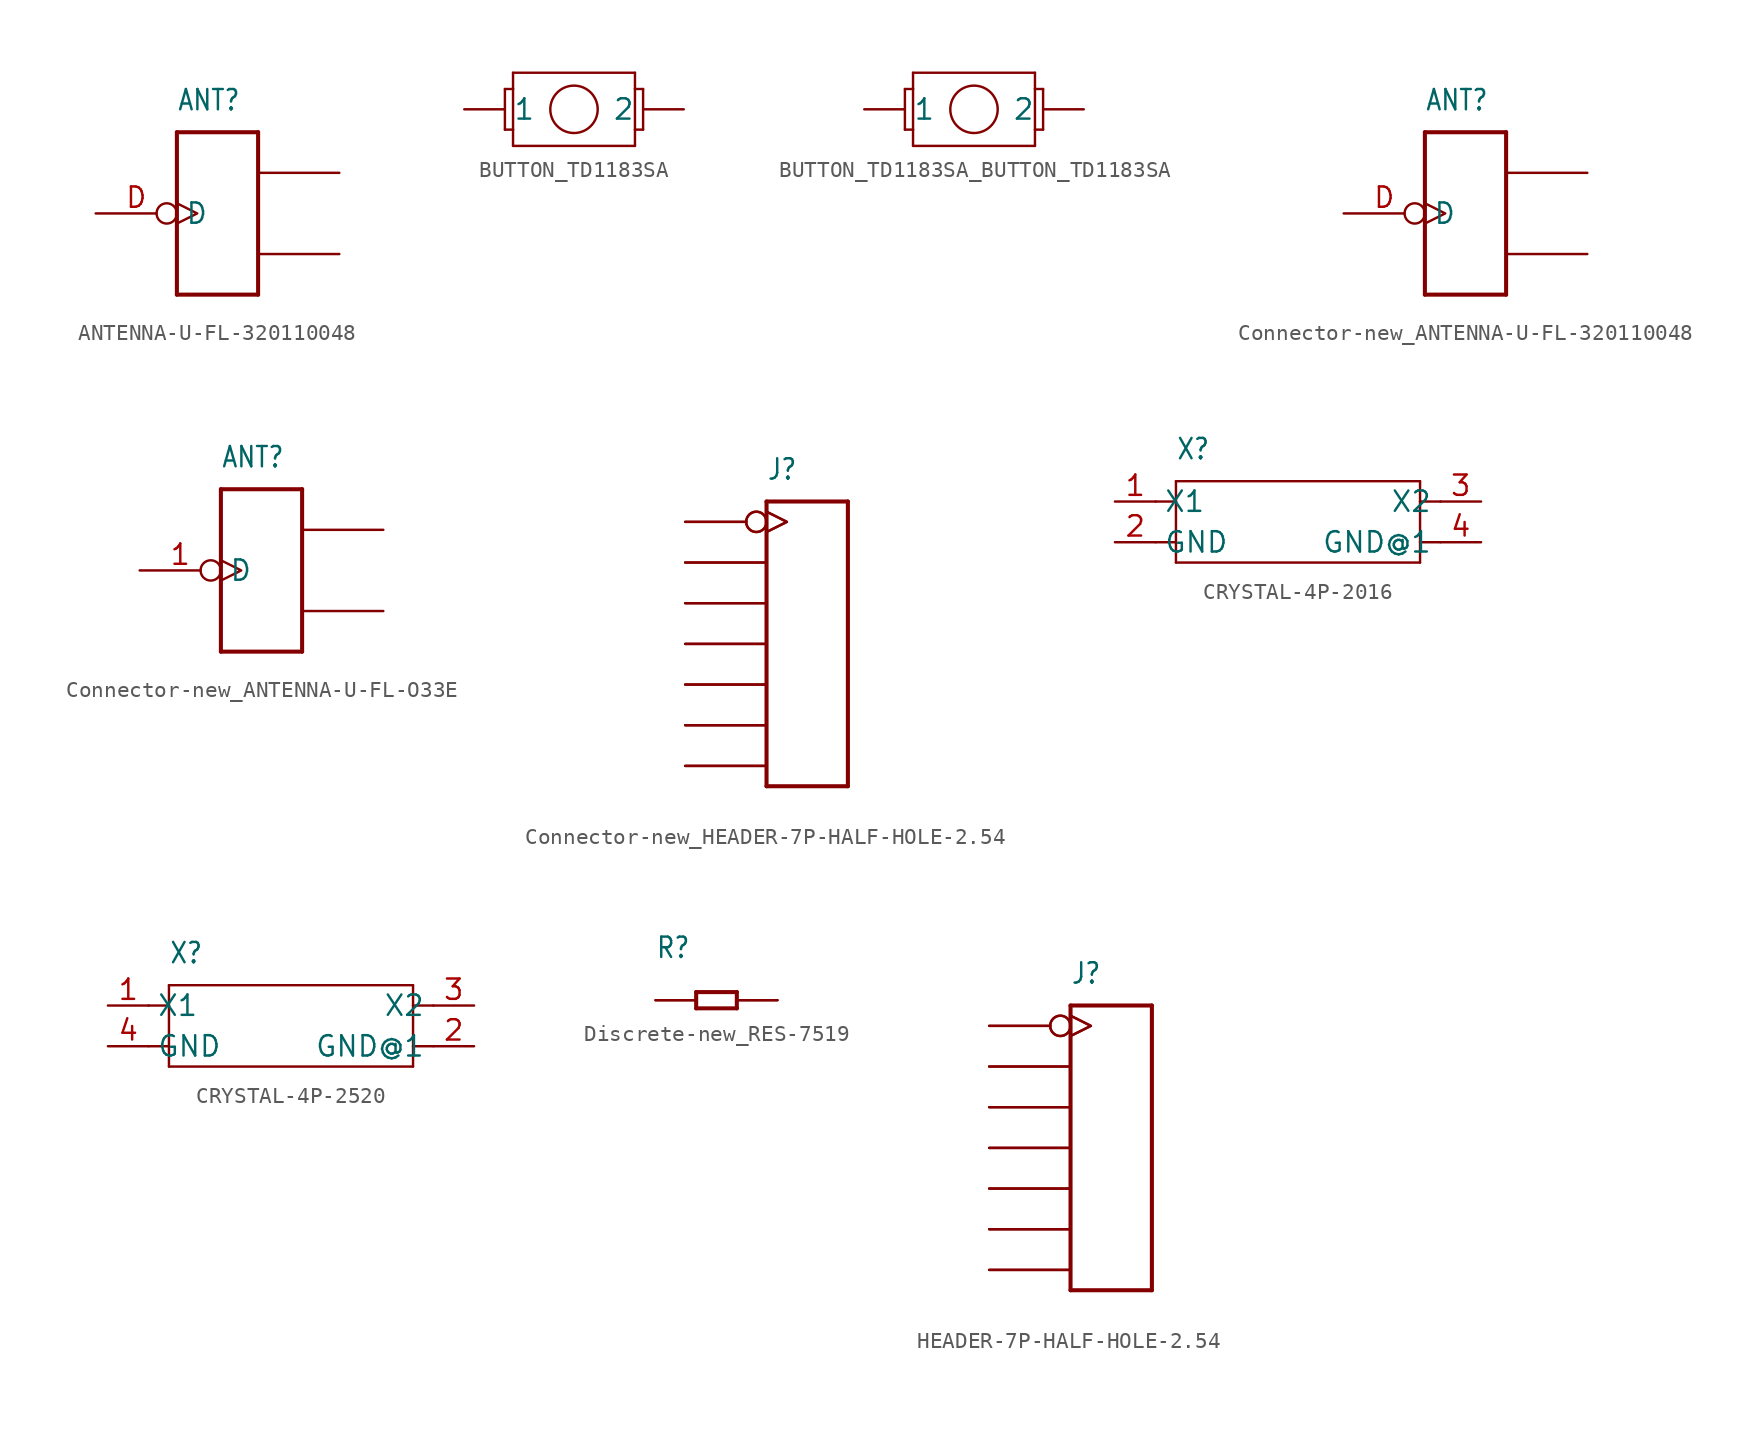
<source format=kicad_sym>
(kicad_symbol_lib
  (version 20231120)
  (generator "kicad_symbol_editor")
  (generator_version "8.0")
  (symbol "ANTENNA-U-FL-320110048"
    (property "Reference" "ANT"
      (at -2.54 6.35 0)
      (effects (font (size 1.27 1.079)) (justify left bottom)))
    (property "Value" ""
      (at -2.54 5.08 0)
      (effects (font (size 1.27 1.079)) (justify left bottom)))
    (property "ki_locked" ""
      (at 0 0 0)
      (effects (font (size 1.27 1.27))))
    (symbol "ANTENNA-U-FL-320110048_1_0"
      (polyline (pts (xy -2.54 -5.08) (xy -2.54 5.08)) (stroke (width 0.254) (type solid)) (fill (type none)))
      (polyline (pts (xy -2.54 5.08) (xy 2.54 5.08)) (stroke (width 0.254) (type solid)) (fill (type none)))
      (polyline (pts (xy 2.54 -5.08) (xy -2.54 -5.08)) (stroke (width 0.254) (type solid)) (fill (type none)))
      (polyline (pts (xy 2.54 5.08) (xy 2.54 -5.08)) (stroke (width 0.254) (type solid)) (fill (type none)))
      (pin bidirectional inverted_clock (at -7.62 0 0) (length 5.08) (name "D" (effects (font (size 1.27 1.27)))) (number "D" (effects (font (size 1.27 1.27)))))
      (pin bidirectional line (at 7.62 2.54 180) (length 5.08) (name "GND1" (effects (font (size 0 0)))) (number "GND1" (effects (font (size 0 0)))))
      (pin bidirectional line (at 7.62 -2.54 180) (length 5.08) (name "GND2" (effects (font (size 0 0)))) (number "GND2" (effects (font (size 0 0)))))))
  (symbol "BUTTON_TD1183SA"
    (property "Reference" "J"
      (at -3.048 3.556 0)
      (effects (font (size 1.27 1.079)) (justify left bottom) (hide yes)))
    (property "ki_locked" ""
      (at 0 0 0)
      (effects (font (size 1.27 1.27))))
    (symbol "BUTTON_TD1183SA_1_0"
      (polyline (pts (xy -4.318 -1.27) (xy -3.81 -1.27)) (stroke (width 0.152) (type solid)) (fill (type none)))
      (polyline (pts (xy -4.318 1.27) (xy -4.318 -1.27)) (stroke (width 0.152) (type solid)) (fill (type none)))
      (polyline (pts (xy -3.81 -2.286) (xy -3.81 -1.27)) (stroke (width 0.152) (type solid)) (fill (type none)))
      (polyline (pts (xy -3.81 -1.27) (xy -3.81 1.27)) (stroke (width 0.152) (type solid)) (fill (type none)))
      (polyline (pts (xy -3.81 1.27) (xy -4.318 1.27)) (stroke (width 0.152) (type solid)) (fill (type none)))
      (polyline (pts (xy -3.81 1.27) (xy -3.81 2.286)) (stroke (width 0.152) (type solid)) (fill (type none)))
      (polyline (pts (xy -3.81 2.286) (xy 3.81 2.286)) (stroke (width 0.152) (type solid)) (fill (type none)))
      (polyline (pts (xy 3.81 -2.286) (xy -3.81 -2.286)) (stroke (width 0.152) (type solid)) (fill (type none)))
      (polyline (pts (xy 3.81 -1.27) (xy 3.81 -2.286)) (stroke (width 0.152) (type solid)) (fill (type none)))
      (polyline (pts (xy 3.81 1.27) (xy 3.81 -1.27)) (stroke (width 0.152) (type solid)) (fill (type none)))
      (polyline (pts (xy 3.81 1.27) (xy 4.318 1.27)) (stroke (width 0.152) (type solid)) (fill (type none)))
      (polyline (pts (xy 3.81 2.286) (xy 3.81 1.27)) (stroke (width 0.152) (type solid)) (fill (type none)))
      (polyline (pts (xy 4.318 -1.27) (xy 3.81 -1.27)) (stroke (width 0.152) (type solid)) (fill (type none)))
      (polyline (pts (xy 4.318 1.27) (xy 4.318 -1.27)) (stroke (width 0.152) (type solid)) (fill (type none)))
      (circle (center 0 0) (radius 1.481) (stroke (width 0.152) (type solid)) (fill (type none)))
      (pin bidirectional line (at -6.858 0 0) (length 2.54) (name "1" (effects (font (size 1.27 1.27)))) (number "1" (effects (font (size 0 0)))))
      (pin bidirectional line (at 6.858 0 180) (length 2.54) (name "2" (effects (font (size 1.27 1.27)))) (number "2" (effects (font (size 0 0)))))))
  (symbol "BUTTON_TD1183SA_BUTTON_TD1183SA"
    (property "Reference" "J"
      (at -3.048 3.556 0)
      (effects (font (size 1.27 1.079)) (justify left bottom) (hide yes)))
    (property "ki_locked" ""
      (at 0 0 0)
      (effects (font (size 1.27 1.27))))
    (symbol "BUTTON_TD1183SA_BUTTON_TD1183SA_1_0"
      (polyline (pts (xy -4.318 -1.27) (xy -3.81 -1.27)) (stroke (width 0.152) (type solid)) (fill (type none)))
      (polyline (pts (xy -4.318 1.27) (xy -4.318 -1.27)) (stroke (width 0.152) (type solid)) (fill (type none)))
      (polyline (pts (xy -3.81 -2.286) (xy -3.81 -1.27)) (stroke (width 0.152) (type solid)) (fill (type none)))
      (polyline (pts (xy -3.81 -1.27) (xy -3.81 1.27)) (stroke (width 0.152) (type solid)) (fill (type none)))
      (polyline (pts (xy -3.81 1.27) (xy -4.318 1.27)) (stroke (width 0.152) (type solid)) (fill (type none)))
      (polyline (pts (xy -3.81 1.27) (xy -3.81 2.286)) (stroke (width 0.152) (type solid)) (fill (type none)))
      (polyline (pts (xy -3.81 2.286) (xy 3.81 2.286)) (stroke (width 0.152) (type solid)) (fill (type none)))
      (polyline (pts (xy 3.81 -2.286) (xy -3.81 -2.286)) (stroke (width 0.152) (type solid)) (fill (type none)))
      (polyline (pts (xy 3.81 -1.27) (xy 3.81 -2.286)) (stroke (width 0.152) (type solid)) (fill (type none)))
      (polyline (pts (xy 3.81 1.27) (xy 3.81 -1.27)) (stroke (width 0.152) (type solid)) (fill (type none)))
      (polyline (pts (xy 3.81 1.27) (xy 4.318 1.27)) (stroke (width 0.152) (type solid)) (fill (type none)))
      (polyline (pts (xy 3.81 2.286) (xy 3.81 1.27)) (stroke (width 0.152) (type solid)) (fill (type none)))
      (polyline (pts (xy 4.318 -1.27) (xy 3.81 -1.27)) (stroke (width 0.152) (type solid)) (fill (type none)))
      (polyline (pts (xy 4.318 1.27) (xy 4.318 -1.27)) (stroke (width 0.152) (type solid)) (fill (type none)))
      (circle (center 0 0) (radius 1.481) (stroke (width 0.152) (type solid)) (fill (type none)))
      (pin bidirectional line (at -6.858 0 0) (length 2.54) (name "1" (effects (font (size 1.27 1.27)))) (number "1" (effects (font (size 0 0)))))
      (pin bidirectional line (at 6.858 0 180) (length 2.54) (name "2" (effects (font (size 1.27 1.27)))) (number "2" (effects (font (size 0 0)))))))
  (symbol "Connector-new_ANTENNA-U-FL-320110048"
    (property "Reference" "ANT"
      (at -2.54 6.35 0)
      (effects (font (size 1.27 1.079)) (justify left bottom)))
    (property "Value" ""
      (at -2.54 5.08 0)
      (effects (font (size 1.27 1.079)) (justify left bottom)))
    (property "ki_locked" ""
      (at 0 0 0)
      (effects (font (size 1.27 1.27))))
    (symbol "Connector-new_ANTENNA-U-FL-320110048_1_0"
      (polyline (pts (xy -2.54 -5.08) (xy -2.54 5.08)) (stroke (width 0.254) (type solid)) (fill (type none)))
      (polyline (pts (xy -2.54 5.08) (xy 2.54 5.08)) (stroke (width 0.254) (type solid)) (fill (type none)))
      (polyline (pts (xy 2.54 -5.08) (xy -2.54 -5.08)) (stroke (width 0.254) (type solid)) (fill (type none)))
      (polyline (pts (xy 2.54 5.08) (xy 2.54 -5.08)) (stroke (width 0.254) (type solid)) (fill (type none)))
      (pin bidirectional inverted_clock (at -7.62 0 0) (length 5.08) (name "D" (effects (font (size 1.27 1.27)))) (number "D" (effects (font (size 1.27 1.27)))))
      (pin bidirectional line (at 7.62 2.54 180) (length 5.08) (name "GND1" (effects (font (size 0 0)))) (number "GND1" (effects (font (size 0 0)))))
      (pin bidirectional line (at 7.62 -2.54 180) (length 5.08) (name "GND2" (effects (font (size 0 0)))) (number "GND2" (effects (font (size 0 0)))))))
  (symbol "Connector-new_ANTENNA-U-FL-O33E"
    (property "Reference" "ANT"
      (at -2.54 6.35 0)
      (effects (font (size 1.27 1.079)) (justify left bottom)))
    (property "Value" ""
      (at -2.54 5.08 0)
      (effects (font (size 1.27 1.079)) (justify left bottom)))
    (property "ki_locked" ""
      (at 0 0 0)
      (effects (font (size 1.27 1.27))))
    (symbol "Connector-new_ANTENNA-U-FL-O33E_1_0"
      (polyline (pts (xy -2.54 -5.08) (xy -2.54 5.08)) (stroke (width 0.254) (type solid)) (fill (type none)))
      (polyline (pts (xy -2.54 5.08) (xy 2.54 5.08)) (stroke (width 0.254) (type solid)) (fill (type none)))
      (polyline (pts (xy 2.54 -5.08) (xy -2.54 -5.08)) (stroke (width 0.254) (type solid)) (fill (type none)))
      (polyline (pts (xy 2.54 5.08) (xy 2.54 -5.08)) (stroke (width 0.254) (type solid)) (fill (type none)))
      (pin bidirectional inverted_clock (at -7.62 0 0) (length 5.08) (name "D" (effects (font (size 1.27 1.27)))) (number "1" (effects (font (size 1.27 1.27)))))
      (pin bidirectional line (at 7.62 2.54 180) (length 5.08) (name "GND1" (effects (font (size 0 0)))) (number "2" (effects (font (size 0 0)))))
      (pin bidirectional line (at 7.62 -2.54 180) (length 5.08) (name "GND2" (effects (font (size 0 0)))) (number "3" (effects (font (size 0 0)))))))
  (symbol "Connector-new_HEADER-7P-HALF-HOLE-2.54"
    (property "Reference" "J"
      (at -2.54 10.16 0)
      (effects (font (size 1.27 1.079)) (justify left bottom)))
    (property "Value" ""
      (at -2.54 8.89 0)
      (effects (font (size 1.27 1.079)) (justify left bottom)))
    (property "ki_locked" ""
      (at 0 0 0)
      (effects (font (size 1.27 1.27))))
    (symbol "Connector-new_HEADER-7P-HALF-HOLE-2.54_1_0"
      (polyline (pts (xy -2.54 -8.89) (xy -2.54 8.89)) (stroke (width 0.254) (type solid)) (fill (type none)))
      (polyline (pts (xy -2.54 8.89) (xy 2.54 8.89)) (stroke (width 0.254) (type solid)) (fill (type none)))
      (polyline (pts (xy 2.54 -8.89) (xy -2.54 -8.89)) (stroke (width 0.254) (type solid)) (fill (type none)))
      (polyline (pts (xy 2.54 8.89) (xy 2.54 -8.89)) (stroke (width 0.254) (type solid)) (fill (type none)))
      (pin bidirectional inverted_clock (at -7.62 7.62 0) (length 5.08) (name "1" (effects (font (size 0 0)))) (number "1" (effects (font (size 0 0)))))
      (pin bidirectional inverted_clock (at -7.62 7.62 0) (length 5.08) (name "1" (effects (font (size 0 0)))) (number "13" (effects (font (size 0 0)))))
      (pin bidirectional line (at -7.62 5.08 0) (length 5.08) (name "2" (effects (font (size 0 0)))) (number "14" (effects (font (size 0 0)))))
      (pin bidirectional line (at -7.62 2.54 0) (length 5.08) (name "3" (effects (font (size 0 0)))) (number "15" (effects (font (size 0 0)))))
      (pin bidirectional line (at -7.62 0 0) (length 5.08) (name "4" (effects (font (size 0 0)))) (number "16" (effects (font (size 0 0)))))
      (pin bidirectional line (at -7.62 -2.54 0) (length 5.08) (name "5" (effects (font (size 0 0)))) (number "17" (effects (font (size 0 0)))))
      (pin bidirectional line (at -7.62 -5.08 0) (length 5.08) (name "6" (effects (font (size 0 0)))) (number "18" (effects (font (size 0 0)))))
      (pin bidirectional line (at -7.62 -7.62 0) (length 5.08) (name "7" (effects (font (size 0 0)))) (number "19" (effects (font (size 0 0)))))
      (pin bidirectional line (at -7.62 5.08 0) (length 5.08) (name "2" (effects (font (size 0 0)))) (number "2" (effects (font (size 0 0)))))
      (pin bidirectional line (at -7.62 2.54 0) (length 5.08) (name "3" (effects (font (size 0 0)))) (number "3" (effects (font (size 0 0)))))
      (pin bidirectional line (at -7.62 0 0) (length 5.08) (name "4" (effects (font (size 0 0)))) (number "4" (effects (font (size 0 0)))))
      (pin bidirectional line (at -7.62 -2.54 0) (length 5.08) (name "5" (effects (font (size 0 0)))) (number "5" (effects (font (size 0 0)))))
      (pin bidirectional line (at -7.62 -5.08 0) (length 5.08) (name "6" (effects (font (size 0 0)))) (number "6" (effects (font (size 0 0)))))
      (pin bidirectional line (at -7.62 -7.62 0) (length 5.08) (name "7" (effects (font (size 0 0)))) (number "7" (effects (font (size 0 0)))))))
  (symbol "CRYSTAL-4P-2016"
    (property "Reference" "X"
      (at -7.62 3.81 0)
      (effects (font (size 1.27 1.079)) (justify left bottom)))
    (property "Value" ""
      (at -7.62 2.54 0)
      (effects (font (size 1.27 1.079)) (justify left bottom)))
    (property "ki_locked" ""
      (at 0 0 0)
      (effects (font (size 1.27 1.27))))
    (symbol "CRYSTAL-4P-2016_1_0"
      (polyline (pts (xy -8.89 -1.27) (xy -7.62 -1.27)) (stroke (width 0.152) (type solid)) (fill (type none)))
      (polyline (pts (xy -8.89 1.27) (xy -7.62 1.27)) (stroke (width 0.152) (type solid)) (fill (type none)))
      (polyline (pts (xy -7.62 -2.54) (xy -7.62 -1.27)) (stroke (width 0.152) (type solid)) (fill (type none)))
      (polyline (pts (xy -7.62 -1.27) (xy -7.62 1.27)) (stroke (width 0.152) (type solid)) (fill (type none)))
      (polyline (pts (xy -7.62 1.27) (xy -7.62 2.54)) (stroke (width 0.152) (type solid)) (fill (type none)))
      (polyline (pts (xy -7.62 2.54) (xy 7.62 2.54)) (stroke (width 0.152) (type solid)) (fill (type none)))
      (polyline (pts (xy 7.62 -2.54) (xy -7.62 -2.54)) (stroke (width 0.152) (type solid)) (fill (type none)))
      (polyline (pts (xy 7.62 -1.27) (xy 7.62 -2.54)) (stroke (width 0.152) (type solid)) (fill (type none)))
      (polyline (pts (xy 7.62 1.27) (xy 7.62 -1.27)) (stroke (width 0.152) (type solid)) (fill (type none)))
      (polyline (pts (xy 7.62 2.54) (xy 7.62 1.27)) (stroke (width 0.152) (type solid)) (fill (type none)))
      (polyline (pts (xy 8.89 -1.27) (xy 7.62 -1.27)) (stroke (width 0.152) (type solid)) (fill (type none)))
      (polyline (pts (xy 8.89 1.27) (xy 7.62 1.27)) (stroke (width 0.152) (type solid)) (fill (type none)))
      (pin bidirectional line (at -11.43 1.27 0) (length 2.54) (name "X1" (effects (font (size 1.27 1.27)))) (number "1" (effects (font (size 1.27 1.27)))))
      (pin bidirectional line (at -11.43 -1.27 0) (length 2.54) (name "GND" (effects (font (size 1.27 1.27)))) (number "2" (effects (font (size 1.27 1.27)))))
      (pin bidirectional line (at 11.43 1.27 180) (length 2.54) (name "X2" (effects (font (size 1.27 1.27)))) (number "3" (effects (font (size 1.27 1.27)))))
      (pin bidirectional line (at 11.43 -1.27 180) (length 2.54) (name "GND@1" (effects (font (size 1.27 1.27)))) (number "4" (effects (font (size 1.27 1.27)))))))
  (symbol "CRYSTAL-4P-2520"
    (property "Reference" "X"
      (at -7.62 3.81 0)
      (effects (font (size 1.27 1.079)) (justify left bottom)))
    (property "Value" ""
      (at -7.62 2.54 0)
      (effects (font (size 1.27 1.079)) (justify left bottom)))
    (property "ki_locked" ""
      (at 0 0 0)
      (effects (font (size 1.27 1.27))))
    (symbol "CRYSTAL-4P-2520_1_0"
      (polyline (pts (xy -8.89 -1.27) (xy -7.62 -1.27)) (stroke (width 0.152) (type solid)) (fill (type none)))
      (polyline (pts (xy -8.89 1.27) (xy -7.62 1.27)) (stroke (width 0.152) (type solid)) (fill (type none)))
      (polyline (pts (xy -7.62 -2.54) (xy -7.62 -1.27)) (stroke (width 0.152) (type solid)) (fill (type none)))
      (polyline (pts (xy -7.62 -1.27) (xy -7.62 1.27)) (stroke (width 0.152) (type solid)) (fill (type none)))
      (polyline (pts (xy -7.62 1.27) (xy -7.62 2.54)) (stroke (width 0.152) (type solid)) (fill (type none)))
      (polyline (pts (xy -7.62 2.54) (xy 7.62 2.54)) (stroke (width 0.152) (type solid)) (fill (type none)))
      (polyline (pts (xy 7.62 -2.54) (xy -7.62 -2.54)) (stroke (width 0.152) (type solid)) (fill (type none)))
      (polyline (pts (xy 7.62 -1.27) (xy 7.62 -2.54)) (stroke (width 0.152) (type solid)) (fill (type none)))
      (polyline (pts (xy 7.62 1.27) (xy 7.62 -1.27)) (stroke (width 0.152) (type solid)) (fill (type none)))
      (polyline (pts (xy 7.62 2.54) (xy 7.62 1.27)) (stroke (width 0.152) (type solid)) (fill (type none)))
      (polyline (pts (xy 8.89 -1.27) (xy 7.62 -1.27)) (stroke (width 0.152) (type solid)) (fill (type none)))
      (polyline (pts (xy 8.89 1.27) (xy 7.62 1.27)) (stroke (width 0.152) (type solid)) (fill (type none)))
      (pin bidirectional line (at -11.43 1.27 0) (length 2.54) (name "X1" (effects (font (size 1.27 1.27)))) (number "1" (effects (font (size 1.27 1.27)))))
      (pin bidirectional line (at 11.43 -1.27 180) (length 2.54) (name "GND@1" (effects (font (size 1.27 1.27)))) (number "2" (effects (font (size 1.27 1.27)))))
      (pin bidirectional line (at 11.43 1.27 180) (length 2.54) (name "X2" (effects (font (size 1.27 1.27)))) (number "3" (effects (font (size 1.27 1.27)))))
      (pin bidirectional line (at -11.43 -1.27 0) (length 2.54) (name "GND" (effects (font (size 1.27 1.27)))) (number "4" (effects (font (size 1.27 1.27)))))))
  (symbol "Discrete-new_RES-7519"
    (property "Reference" "R"
      (at -3.81 2.54 0)
      (effects (font (size 1.27 1.079)) (justify left bottom)))
    (property "Value" ""
      (at -3.81 1.27 0)
      (effects (font (size 1.27 1.079)) (justify left bottom)))
    (property "ki_locked" ""
      (at 0 0 0)
      (effects (font (size 1.27 1.27))))
    (symbol "Discrete-new_RES-7519_1_0"
      (polyline (pts (xy -1.27 -0.508) (xy -1.27 0.508)) (stroke (width 0.254) (type solid)) (fill (type none)))
      (polyline (pts (xy -1.27 0.508) (xy 1.27 0.508)) (stroke (width 0.254) (type solid)) (fill (type none)))
      (polyline (pts (xy 1.27 -0.508) (xy -1.27 -0.508)) (stroke (width 0.254) (type solid)) (fill (type none)))
      (polyline (pts (xy 1.27 0.508) (xy 1.27 -0.508)) (stroke (width 0.254) (type solid)) (fill (type none)))
      (pin passive line (at -3.81 0 0) (length 2.54) (name "1" (effects (font (size 0 0)))) (number "1" (effects (font (size 0 0)))))
      (pin passive line (at -3.81 0 0) (length 2.54) (name "1" (effects (font (size 0 0)))) (number "2" (effects (font (size 0 0)))))
      (pin passive line (at 3.81 0 180) (length 2.54) (name "2" (effects (font (size 0 0)))) (number "3" (effects (font (size 0 0)))))
      (pin passive line (at 3.81 0 180) (length 2.54) (name "2" (effects (font (size 0 0)))) (number "4" (effects (font (size 0 0)))))))
  (symbol "HEADER-7P-HALF-HOLE-2.54"
    (property "Reference" "J"
      (at -2.54 10.16 0)
      (effects (font (size 1.27 1.079)) (justify left bottom)))
    (property "Value" ""
      (at -2.54 8.89 0)
      (effects (font (size 1.27 1.079)) (justify left bottom)))
    (property "ki_locked" ""
      (at 0 0 0)
      (effects (font (size 1.27 1.27))))
    (symbol "HEADER-7P-HALF-HOLE-2.54_1_0"
      (polyline (pts (xy -2.54 -8.89) (xy -2.54 8.89)) (stroke (width 0.254) (type solid)) (fill (type none)))
      (polyline (pts (xy -2.54 8.89) (xy 2.54 8.89)) (stroke (width 0.254) (type solid)) (fill (type none)))
      (polyline (pts (xy 2.54 -8.89) (xy -2.54 -8.89)) (stroke (width 0.254) (type solid)) (fill (type none)))
      (polyline (pts (xy 2.54 8.89) (xy 2.54 -8.89)) (stroke (width 0.254) (type solid)) (fill (type none)))
      (pin bidirectional inverted_clock (at -7.62 7.62 0) (length 5.08) (name "1" (effects (font (size 0 0)))) (number "1" (effects (font (size 0 0)))))
      (pin bidirectional inverted_clock (at -7.62 7.62 0) (length 5.08) (name "1" (effects (font (size 0 0)))) (number "13" (effects (font (size 0 0)))))
      (pin bidirectional line (at -7.62 5.08 0) (length 5.08) (name "2" (effects (font (size 0 0)))) (number "14" (effects (font (size 0 0)))))
      (pin bidirectional line (at -7.62 2.54 0) (length 5.08) (name "3" (effects (font (size 0 0)))) (number "15" (effects (font (size 0 0)))))
      (pin bidirectional line (at -7.62 0 0) (length 5.08) (name "4" (effects (font (size 0 0)))) (number "16" (effects (font (size 0 0)))))
      (pin bidirectional line (at -7.62 -2.54 0) (length 5.08) (name "5" (effects (font (size 0 0)))) (number "17" (effects (font (size 0 0)))))
      (pin bidirectional line (at -7.62 -5.08 0) (length 5.08) (name "6" (effects (font (size 0 0)))) (number "18" (effects (font (size 0 0)))))
      (pin bidirectional line (at -7.62 -7.62 0) (length 5.08) (name "7" (effects (font (size 0 0)))) (number "19" (effects (font (size 0 0)))))
      (pin bidirectional line (at -7.62 5.08 0) (length 5.08) (name "2" (effects (font (size 0 0)))) (number "2" (effects (font (size 0 0)))))
      (pin bidirectional line (at -7.62 2.54 0) (length 5.08) (name "3" (effects (font (size 0 0)))) (number "3" (effects (font (size 0 0)))))
      (pin bidirectional line (at -7.62 0 0) (length 5.08) (name "4" (effects (font (size 0 0)))) (number "4" (effects (font (size 0 0)))))
      (pin bidirectional line (at -7.62 -2.54 0) (length 5.08) (name "5" (effects (font (size 0 0)))) (number "5" (effects (font (size 0 0)))))
      (pin bidirectional line (at -7.62 -5.08 0) (length 5.08) (name "6" (effects (font (size 0 0)))) (number "6" (effects (font (size 0 0)))))
      (pin bidirectional line (at -7.62 -7.62 0) (length 5.08) (name "7" (effects (font (size 0 0)))) (number "7" (effects (font (size 0 0))))))))
</source>
